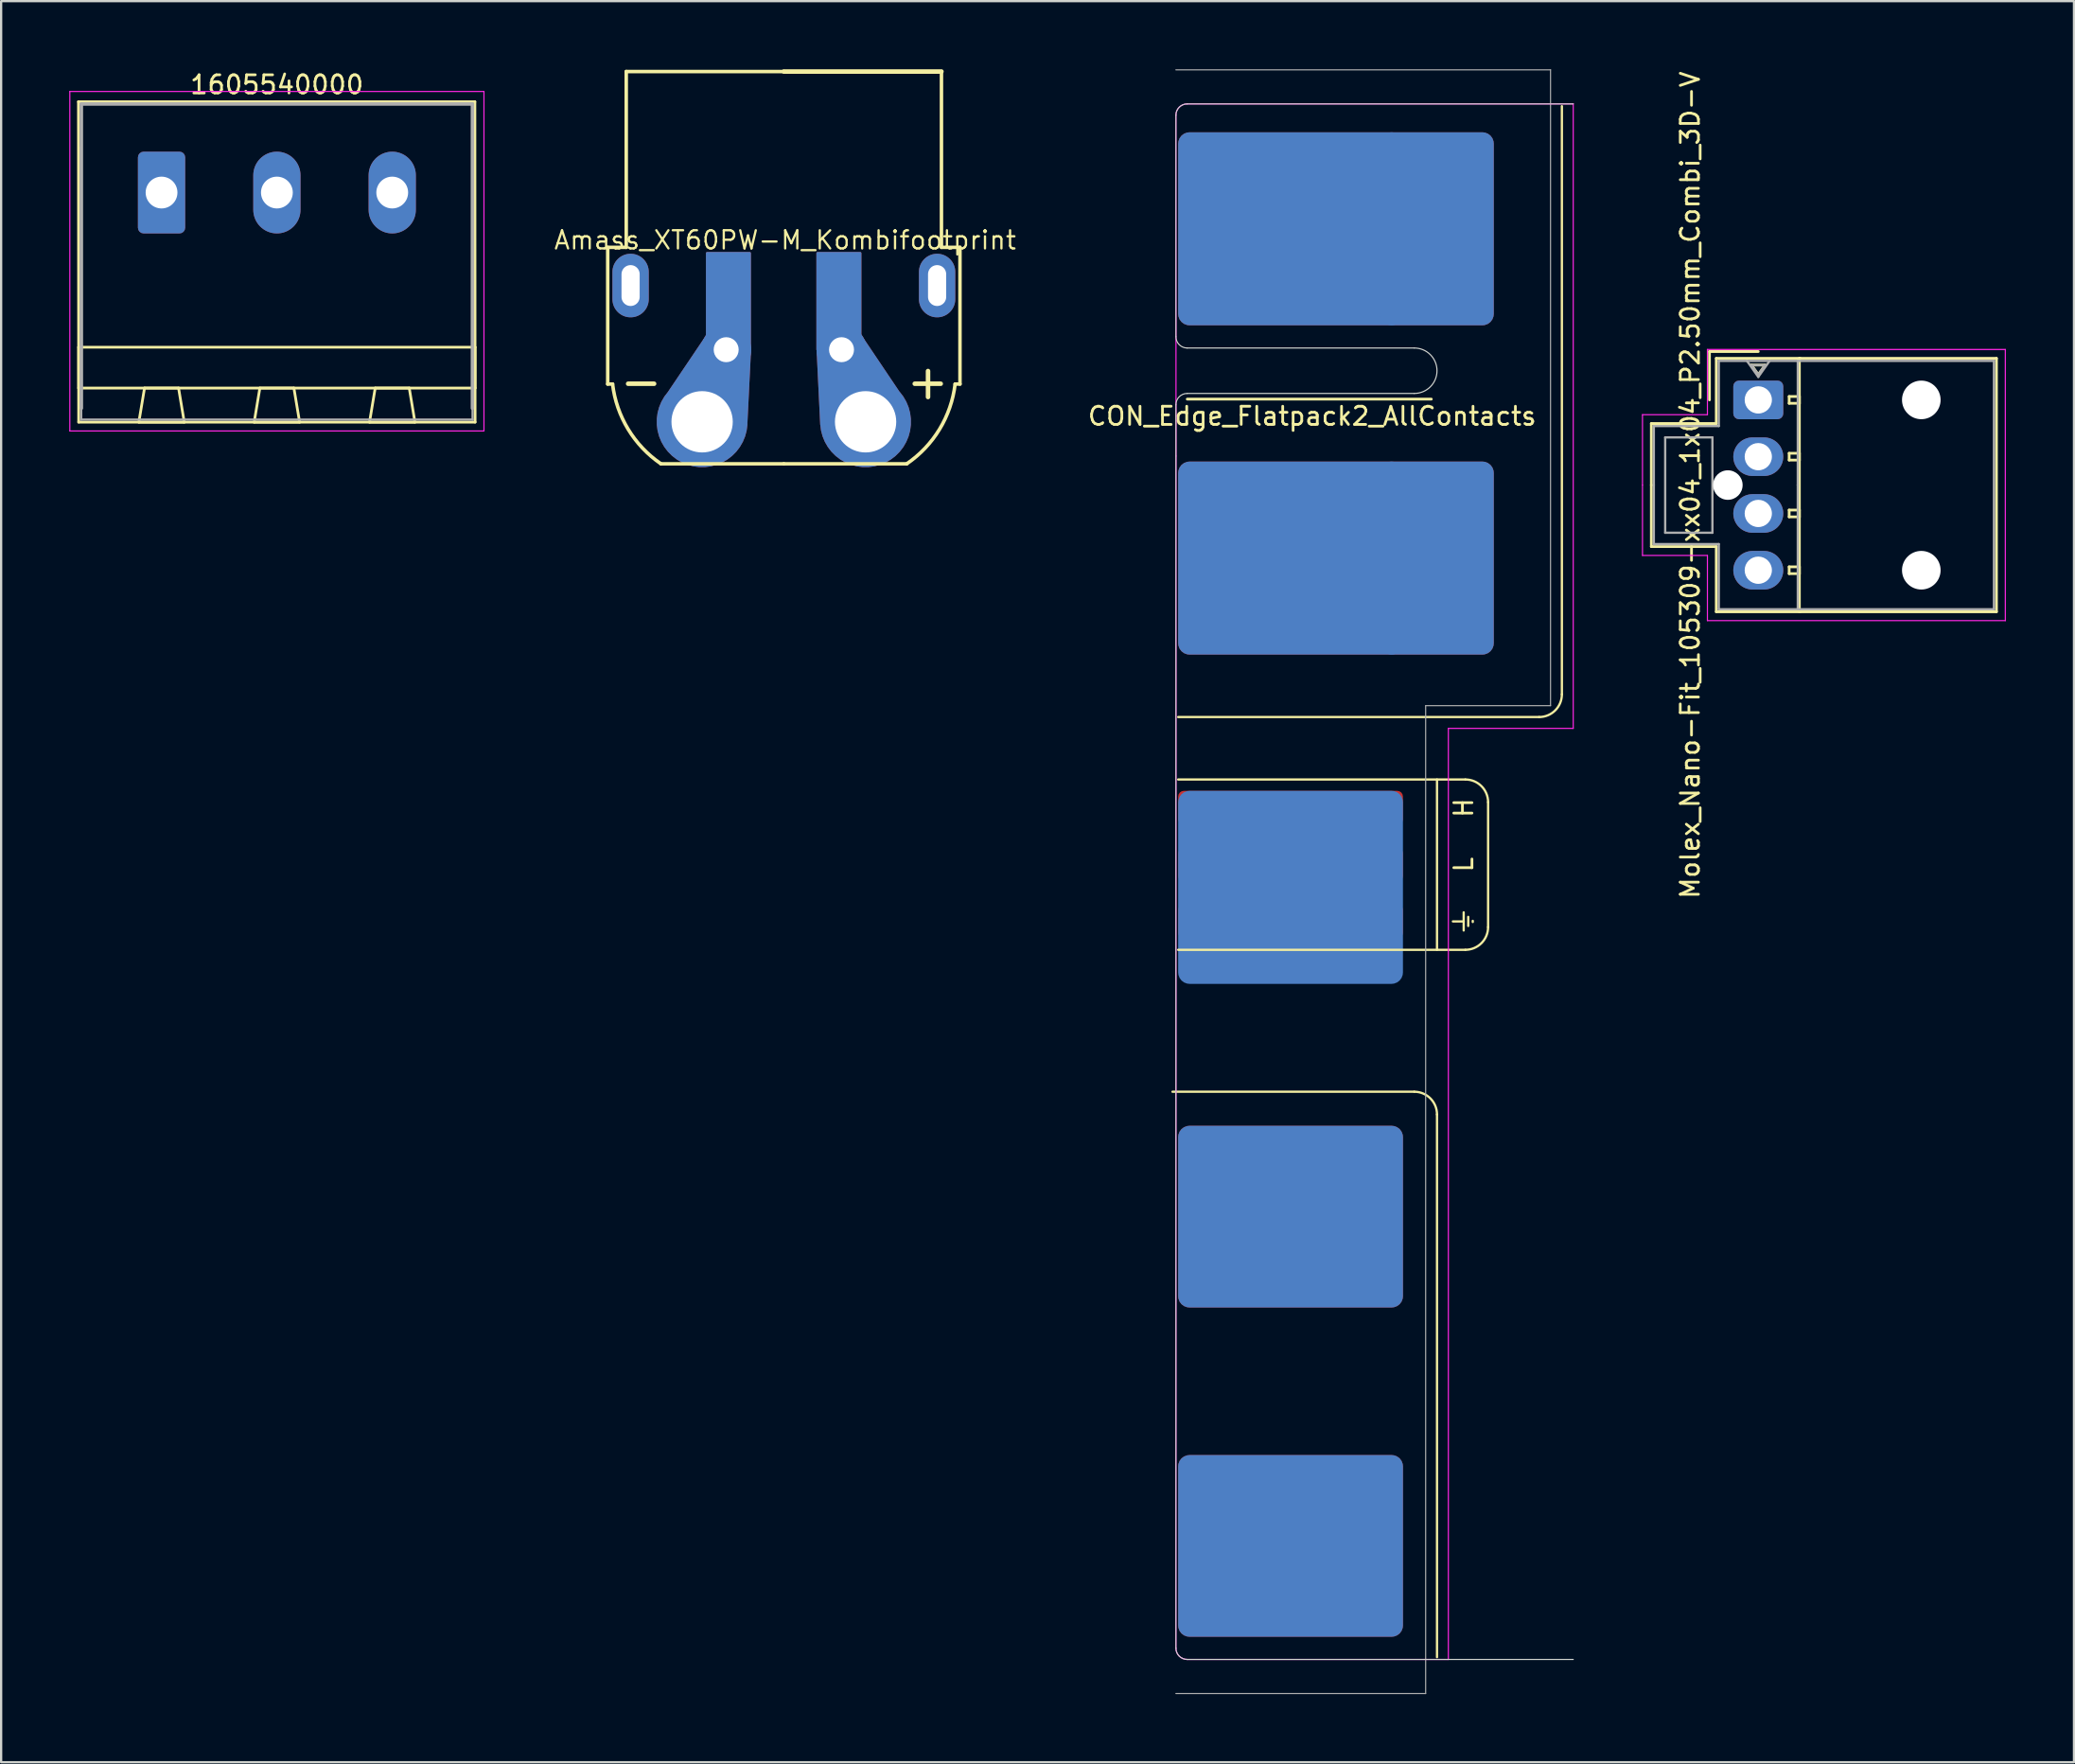
<source format=kicad_pcb>
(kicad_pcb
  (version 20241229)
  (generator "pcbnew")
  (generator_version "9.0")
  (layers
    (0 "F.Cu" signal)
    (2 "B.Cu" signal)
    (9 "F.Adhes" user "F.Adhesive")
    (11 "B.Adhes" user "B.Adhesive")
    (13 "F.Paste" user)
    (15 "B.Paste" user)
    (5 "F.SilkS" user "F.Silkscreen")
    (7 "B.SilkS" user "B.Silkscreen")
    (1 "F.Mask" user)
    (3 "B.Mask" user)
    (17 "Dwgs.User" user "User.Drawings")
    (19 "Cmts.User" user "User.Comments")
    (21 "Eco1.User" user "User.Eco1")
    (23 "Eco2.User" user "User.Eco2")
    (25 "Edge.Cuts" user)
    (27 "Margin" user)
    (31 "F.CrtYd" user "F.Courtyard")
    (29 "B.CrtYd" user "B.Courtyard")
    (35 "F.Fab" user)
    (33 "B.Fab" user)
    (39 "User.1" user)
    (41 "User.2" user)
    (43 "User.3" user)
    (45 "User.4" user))
  (footprint "1605540000"
    (layer "F.Cu")
    (at 4.065 5.429)
    (property "Reference" "1605540000" (at 5.08 -4.75 0) (layer "F.SilkS") (effects (font (size 0.8 0.8) (thickness 0.12))))
    (attr through_hole)
    (fp_line (start -3.66 -4) (end -3.65 10.11) (stroke (width 0.12) (type solid)) (layer "F.SilkS"))
    (fp_line (start -3.65 6.81) (end 13.81 6.81) (stroke (width 0.12) (type solid)) (layer "F.SilkS"))
    (fp_line (start -3.65 8.61) (end -3.65 6.81) (stroke (width 0.12) (type solid)) (layer "F.SilkS"))
    (fp_line (start -3.65 10.11) (end 13.81 10.11) (stroke (width 0.12) (type solid)) (layer "F.SilkS"))
    (fp_line (start -1 10.11) (end 1 10.11) (stroke (width 0.12) (type solid)) (layer "F.SilkS"))
    (fp_line (start -0.75 8.61) (end -1 10.11) (stroke (width 0.12) (type solid)) (layer "F.SilkS"))
    (fp_line (start 0.75 8.61) (end -0.75 8.61) (stroke (width 0.12) (type solid)) (layer "F.SilkS"))
    (fp_line (start 1 10.11) (end 0.75 8.61) (stroke (width 0.12) (type solid)) (layer "F.SilkS"))
    (fp_line (start 4.08 10.11) (end 6.08 10.11) (stroke (width 0.12) (type solid)) (layer "F.SilkS"))
    (fp_line (start 4.33 8.61) (end 4.08 10.11) (stroke (width 0.12) (type solid)) (layer "F.SilkS"))
    (fp_line (start 5.83 8.61) (end 4.33 8.61) (stroke (width 0.12) (type solid)) (layer "F.SilkS"))
    (fp_line (start 6.08 10.11) (end 5.83 8.61) (stroke (width 0.12) (type solid)) (layer "F.SilkS"))
    (fp_line (start 9.16 10.11) (end 11.16 10.11) (stroke (width 0.12) (type solid)) (layer "F.SilkS"))
    (fp_line (start 9.41 8.61) (end 9.16 10.11) (stroke (width 0.12) (type solid)) (layer "F.SilkS"))
    (fp_line (start 10.91 8.61) (end 9.41 8.61) (stroke (width 0.12) (type solid)) (layer "F.SilkS"))
    (fp_line (start 11.16 10.11) (end 10.91 8.61) (stroke (width 0.12) (type solid)) (layer "F.SilkS"))
    (fp_line (start 13.8 -4) (end -3.66 -4) (stroke (width 0.12) (type solid)) (layer "F.SilkS"))
    (fp_line (start 13.81 6.81) (end 13.81 8.61) (stroke (width 0.12) (type solid)) (layer "F.SilkS"))
    (fp_line (start 13.81 8.61) (end -3.65 8.61) (stroke (width 0.12) (type solid)) (layer "F.SilkS"))
    (fp_line (start 13.81 10.11) (end 13.8 -4) (stroke (width 0.12) (type solid)) (layer "F.SilkS"))
    (fp_line (start -4.04 -4.45) (end -4.04 10.5) (stroke (width 0.05) (type solid)) (layer "F.CrtYd"))
    (fp_line (start -4.04 10.5) (end 14.2 10.5) (stroke (width 0.05) (type solid)) (layer "F.CrtYd"))
    (fp_line (start 14.2 -4.45) (end -4.04 -4.45) (stroke (width 0.05) (type solid)) (layer "F.CrtYd"))
    (fp_line (start 14.2 10.5) (end 14.2 -4.45) (stroke (width 0.05) (type solid)) (layer "F.CrtYd"))
    (fp_line (start -3.54 -2) (end -3.54 10) (stroke (width 0.1) (type solid)) (layer "F.Fab"))
    (fp_line (start -3.54 10) (end 13.7 10) (stroke (width 0.1) (type solid)) (layer "F.Fab"))
    (fp_line (start -3.531 -3.9) (end -3.531 9.5) (stroke (width 0.152) (type solid)) (layer "F.Fab"))
    (fp_line (start 13.691 -3.9) (end -3.531 -3.9) (stroke (width 0.152) (type solid)) (layer "F.Fab"))
    (fp_line (start 13.691 9.5) (end 13.691 -3.9) (stroke (width 0.152) (type solid)) (layer "F.Fab"))
    (fp_line (start 13.7 10) (end 13.7 -2) (stroke (width 0.1) (type solid)) (layer "F.Fab"))
    (pad "1" thru_hole roundrect (at 0 0) (size 2.08 3.6) (drill 1.4) (layers "*.Cu" "*.Mask") (roundrect_rratio 0.12))
    (pad "2" thru_hole oval (at 5.08 0) (size 2.08 3.6) (drill 1.4) (layers "*.Cu" "*.Mask"))
    (pad "3" thru_hole oval (at 10.16 0) (size 2.08 3.6) (drill 1.4) (layers "*.Cu" "*.Mask")))
  (footprint "CON_Edge_Flatpack2_AllContacts"
    (layer "F.Cu")
    (at 48.74 1.525)
    (property "Reference" "CON_Edge_Flatpack2_AllContacts" (at 6 13.75 0) (layer "F.SilkS") (effects (font (size 0.8 0.8) (thickness 0.12))))
    (attr through_hole)
    (fp_line (start -0.15 43.5) (end 10.5 43.5) (stroke (width 0.1) (type solid)) (layer "F.SilkS"))
    (fp_line (start 0.1 29.75) (end 12.75 29.75) (stroke (width 0.1) (type solid)) (layer "F.SilkS"))
    (fp_line (start 0.1 37.25) (end 12.75 37.25) (stroke (width 0.1) (type solid)) (layer "F.SilkS"))
    (fp_line (start 11.25 13) (end 0.5 13) (stroke (width 0.12) (type solid)) (layer "F.SilkS"))
    (fp_line (start 11.5 37.25) (end 11.5 29.75) (stroke (width 0.1) (type solid)) (layer "F.SilkS"))
    (fp_line (start 11.5 68.4) (end 11.5 44.5) (stroke (width 0.1) (type solid)) (layer "F.SilkS"))
    (fp_line (start 12.2 36) (end 12.675 36) (stroke (width 0.1) (type solid)) (layer "F.SilkS"))
    (fp_line (start 12.675 36.4) (end 12.675 35.6) (stroke (width 0.1) (type solid)) (layer "F.SilkS"))
    (fp_line (start 12.875 36.2) (end 12.875 35.8) (stroke (width 0.1) (type solid)) (layer "F.SilkS"))
    (fp_line (start 13.075 36.025) (end 13.075 35.975) (stroke (width 0.1) (type solid)) (layer "F.SilkS"))
    (fp_line (start 13.75 30.75) (end 13.75 36.25) (stroke (width 0.1) (type solid)) (layer "F.SilkS"))
    (fp_line (start 16 27) (end 0.1 27) (stroke (width 0.1) (type solid)) (layer "F.SilkS"))
    (fp_line (start 17 26) (end 17 0.1) (stroke (width 0.1) (type solid)) (layer "F.SilkS"))
    (fp_arc (start 10.5 43.5) (mid 11.207107 43.792893) (end 11.5 44.5) (stroke (width 0.1) (type solid)) (layer "F.SilkS"))
    (fp_arc (start 12.75 29.75) (mid 13.457107 30.042893) (end 13.75 30.75) (stroke (width 0.1) (type solid)) (layer "F.SilkS"))
    (fp_arc (start 13.75 36.25) (mid 13.457107 36.957107) (end 12.75 37.25) (stroke (width 0.1) (type solid)) (layer "F.SilkS"))
    (fp_arc (start 17 26) (mid 16.707107 26.707107) (end 16 27) (stroke (width 0.1) (type solid)) (layer "F.SilkS"))
    (fp_line (start 0 10.25) (end 0 0.5) (stroke (width 0.05) (type solid)) (layer "Edge.Cuts"))
    (fp_line (start 0 13.25) (end 0 68) (stroke (width 0.05) (type solid)) (layer "Edge.Cuts"))
    (fp_line (start 0.5 0) (end 17.5 0) (stroke (width 0.05) (type solid)) (layer "Edge.Cuts"))
    (fp_line (start 0.5 12.75) (end 10.5 12.75) (stroke (width 0.05) (type solid)) (layer "Edge.Cuts"))
    (fp_line (start 0.5 68.5) (end 17.5 68.5) (stroke (width 0.05) (type solid)) (layer "Edge.Cuts"))
    (fp_line (start 10.5 10.75) (end 0.5 10.75) (stroke (width 0.05) (type solid)) (layer "Edge.Cuts"))
    (fp_arc (start 0 0.5) (mid 0.146447 0.146447) (end 0.5 0) (stroke (width 0.05) (type solid)) (layer "Edge.Cuts"))
    (fp_arc (start 0 13.25) (mid 0.146447 12.896447) (end 0.5 12.75) (stroke (width 0.05) (type solid)) (layer "Edge.Cuts"))
    (fp_arc (start 0.5 10.75) (mid 0.146447 10.603553) (end 0 10.25) (stroke (width 0.05) (type solid)) (layer "Edge.Cuts"))
    (fp_arc (start 0.5 68.5) (mid 0.146447 68.353553) (end 0 68) (stroke (width 0.05) (type solid)) (layer "Edge.Cuts"))
    (fp_arc (start 10.5 10.75) (mid 11.5 11.75) (end 10.5 12.75) (stroke (width 0.05) (type solid)) (layer "Edge.Cuts"))
    (fp_line (start 0.005 15.508) (end 0 0.5) (stroke (width 0.05) (type solid)) (layer "F.CrtYd"))
    (fp_line (start 0.005 15.508) (end 0 68) (stroke (width 0.05) (type solid)) (layer "F.CrtYd"))
    (fp_line (start 0.5 0) (end 17.5 0) (stroke (width 0.05) (type solid)) (layer "F.CrtYd"))
    (fp_line (start 0.5 68.5) (end 12 68.5) (stroke (width 0.05) (type solid)) (layer "F.CrtYd"))
    (fp_line (start 12 68.5) (end 12 27.5) (stroke (width 0.05) (type solid)) (layer "F.CrtYd"))
    (fp_line (start 17.5 0) (end 17.5 27.5) (stroke (width 0.05) (type solid)) (layer "F.CrtYd"))
    (fp_line (start 17.5 27.5) (end 12 27.5) (stroke (width 0.05) (type solid)) (layer "F.CrtYd"))
    (fp_arc (start 0 0.5) (mid 0.146447 0.146447) (end 0.5 0) (stroke (width 0.05) (type solid)) (layer "F.CrtYd"))
    (fp_arc (start 0.5 68.5) (mid 0.146447 68.353553) (end 0 68) (stroke (width 0.05) (type solid)) (layer "F.CrtYd"))
    (fp_line (start 0 70) (end 11 70) (stroke (width 0.05) (type solid)) (layer "F.Fab"))
    (fp_line (start 11 26.5) (end 11 70) (stroke (width 0.05) (type solid)) (layer "F.Fab"))
    (fp_line (start 11 26.5) (end 16.5 26.5) (stroke (width 0.05) (type solid)) (layer "F.Fab"))
    (fp_line (start 16.5 -1.5) (end 0 -1.5) (stroke (width 0.05) (type solid)) (layer "F.Fab"))
    (fp_line (start 16.5 -1.5) (end 16.5 26.5) (stroke (width 0.05) (type solid)) (layer "F.Fab"))
    (fp_text user "H" (at 12.675 31 90) (unlocked yes) (layer "F.SilkS") (effects (font (size 0.8 0.8) (thickness 0.12))))
    (fp_text user "L" (at 12.675 33.5 90) (unlocked yes) (layer "F.SilkS") (effects (font (size 0.8 0.8) (thickness 0.12))))
    (pad "AC-E" smd roundrect (at 5.05 34.5) (size 9.9 8.5) (layers "B.Cu" "B.Mask") (roundrect_rratio 0.059))
    (pad "AC-L" smd roundrect (at 5.05 63.5) (size 9.9 8) (layers "F.Cu" "F.Mask") (roundrect_rratio 0.062))
    (pad "AC-L" smd roundrect (at 5.05 63.5) (size 9.9 8) (layers "B.Cu" "B.Mask") (roundrect_rratio 0.062))
    (pad "AC-N" smd roundrect (at 5.05 49) (size 9.9 8) (layers "F.Cu" "F.Mask") (roundrect_rratio 0.062))
    (pad "AC-N" smd roundrect (at 5.05 49) (size 9.9 8) (layers "B.Cu" "B.Mask") (roundrect_rratio 0.062))
    (pad "CAN-H" smd roundrect (at 5.05 31) (size 9.9 1.5) (layers "F.Cu" "F.Mask") (roundrect_rratio 0.167))
    (pad "CAN-L" smd roundrect (at 5.05 33.5) (size 9.9 1.5) (layers "F.Cu" "F.Mask") (roundrect_rratio 0.167))
    (pad "DC-NEG" smd roundrect (at 5.05 5.5) (size 9.9 8.5) (layers "B.Cu" "B.Mask") (roundrect_rratio 0.059))
    (pad "DC-NEG" smd roundrect (at 7.05 5.5) (size 13.9 8.5) (layers "F.Cu" "F.Mask") (roundrect_rratio 0.059))
    (pad "DC-NEG" smd roundrect (at 11.5 5.5) (size 5 8.5) (layers "B.Cu") (roundrect_rratio 0.1))
    (pad "DC-POS" smd roundrect (at 5.05 20) (size 9.9 8.5) (layers "B.Cu" "B.Mask") (roundrect_rratio 0.059))
    (pad "DC-POS" smd roundrect (at 7.05 20) (size 13.9 8.5) (layers "F.Cu" "F.Mask") (roundrect_rratio 0.059))
    (pad "DC-POS" smd roundrect (at 11.5 20) (size 5 8.5) (layers "B.Cu") (roundrect_rratio 0.1))
    (pad "GNDD" smd roundrect (at 5.05 36) (size 9.9 1.5) (layers "F.Cu" "F.Mask") (roundrect_rratio 0.167)))
  (footprint "Molex_Nano-Fit_105309-xx04_1x04_P2.50mm_Combi_3D-V"
    (layer "F.Cu")
    (at 74.39 14.56)
    (property "Reference" "Molex_Nano-Fit_105309-xx04_1x04_P2.50mm_Combi_3D-V" (at -3 3.75 90) (layer "F.SilkS") (effects (font (size 0.8 0.8) (thickness 0.12))))
    (attr through_hole)
    (fp_line (start -4.71 1.04) (end -4.71 3.75) (stroke (width 0.12) (type solid)) (layer "F.SilkS"))
    (fp_line (start -4.71 6.46) (end -4.71 3.75) (stroke (width 0.12) (type solid)) (layer "F.SilkS"))
    (fp_line (start -2.15 -2.13) (end -2.15 0) (stroke (width 0.12) (type solid)) (layer "F.SilkS"))
    (fp_line (start -1.85 -1.83) (end -1.85 1.04) (stroke (width 0.12) (type solid)) (layer "F.SilkS"))
    (fp_line (start -1.85 1.04) (end -4.71 1.04) (stroke (width 0.12) (type solid)) (layer "F.SilkS"))
    (fp_line (start -1.85 6.46) (end -4.71 6.46) (stroke (width 0.12) (type solid)) (layer "F.SilkS"))
    (fp_line (start -1.85 9.33) (end -1.85 6.46) (stroke (width 0.12) (type solid)) (layer "F.SilkS"))
    (fp_line (start -0.3 -1.534) (end 0 -1.11) (stroke (width 0.12) (type solid)) (layer "F.SilkS"))
    (fp_line (start 0 -2.13) (end -2.15 -2.13) (stroke (width 0.12) (type solid)) (layer "F.SilkS"))
    (fp_line (start 0 -1.11) (end 0.3 -1.534) (stroke (width 0.12) (type solid)) (layer "F.SilkS"))
    (fp_line (start 0.3 -1.534) (end -0.3 -1.534) (stroke (width 0.12) (type solid)) (layer "F.SilkS"))
    (fp_line (start 1.36 -0.15) (end 1.36 0.15) (stroke (width 0.12) (type solid)) (layer "F.SilkS"))
    (fp_line (start 1.36 0.15) (end 1.81 0.15) (stroke (width 0.12) (type solid)) (layer "F.SilkS"))
    (fp_line (start 1.36 2.35) (end 1.36 2.65) (stroke (width 0.12) (type solid)) (layer "F.SilkS"))
    (fp_line (start 1.36 2.65) (end 1.81 2.65) (stroke (width 0.12) (type solid)) (layer "F.SilkS"))
    (fp_line (start 1.36 4.85) (end 1.36 5.15) (stroke (width 0.12) (type solid)) (layer "F.SilkS"))
    (fp_line (start 1.36 5.15) (end 1.81 5.15) (stroke (width 0.12) (type solid)) (layer "F.SilkS"))
    (fp_line (start 1.36 7.35) (end 1.36 7.65) (stroke (width 0.12) (type solid)) (layer "F.SilkS"))
    (fp_line (start 1.36 7.65) (end 1.81 7.65) (stroke (width 0.12) (type solid)) (layer "F.SilkS"))
    (fp_line (start 1.81 -1.83) (end 1.81 9.33) (stroke (width 0.12) (type solid)) (layer "F.SilkS"))
    (fp_line (start 1.81 -0.15) (end 1.36 -0.15) (stroke (width 0.12) (type solid)) (layer "F.SilkS"))
    (fp_line (start 1.81 0.15) (end 1.81 -0.15) (stroke (width 0.12) (type solid)) (layer "F.SilkS"))
    (fp_line (start 1.81 2.35) (end 1.36 2.35) (stroke (width 0.12) (type solid)) (layer "F.SilkS"))
    (fp_line (start 1.81 2.65) (end 1.81 2.35) (stroke (width 0.12) (type solid)) (layer "F.SilkS"))
    (fp_line (start 1.81 4.85) (end 1.36 4.85) (stroke (width 0.12) (type solid)) (layer "F.SilkS"))
    (fp_line (start 1.81 5.15) (end 1.81 4.85) (stroke (width 0.12) (type solid)) (layer "F.SilkS"))
    (fp_line (start 1.81 7.35) (end 1.36 7.35) (stroke (width 0.12) (type solid)) (layer "F.SilkS"))
    (fp_line (start 1.81 7.65) (end 1.81 7.35) (stroke (width 0.12) (type solid)) (layer "F.SilkS"))
    (fp_line (start 1.81 9.33) (end 10.49 9.33) (stroke (width 0.12) (type solid)) (layer "F.SilkS"))
    (fp_line (start 1.85 -1.83) (end -1.85 -1.83) (stroke (width 0.12) (type solid)) (layer "F.SilkS"))
    (fp_line (start 1.85 9.33) (end -1.85 9.33) (stroke (width 0.12) (type solid)) (layer "F.SilkS"))
    (fp_line (start 10.49 -1.83) (end 1.81 -1.83) (stroke (width 0.12) (type solid)) (layer "F.SilkS"))
    (fp_line (start 10.49 9.33) (end 10.49 -1.83) (stroke (width 0.12) (type solid)) (layer "F.SilkS"))
    (fp_line (start -5.1 0.65) (end -5.1 3.75) (stroke (width 0.05) (type solid)) (layer "F.CrtYd"))
    (fp_line (start -5.1 6.85) (end -5.1 3.75) (stroke (width 0.05) (type solid)) (layer "F.CrtYd"))
    (fp_line (start -2.24 -2.22) (end -2.24 0.65) (stroke (width 0.05) (type solid)) (layer "F.CrtYd"))
    (fp_line (start -2.24 0.65) (end -5.1 0.65) (stroke (width 0.05) (type solid)) (layer "F.CrtYd"))
    (fp_line (start -2.24 6.85) (end -5.1 6.85) (stroke (width 0.05) (type solid)) (layer "F.CrtYd"))
    (fp_line (start -2.24 9.72) (end -2.24 6.85) (stroke (width 0.05) (type solid)) (layer "F.CrtYd"))
    (fp_line (start -2.24 9.72) (end 10.88 9.72) (stroke (width 0.05) (type solid)) (layer "F.CrtYd"))
    (fp_line (start 10.88 -2.22) (end -2.24 -2.22) (stroke (width 0.05) (type solid)) (layer "F.CrtYd"))
    (fp_line (start 10.88 9.72) (end 10.88 -2.22) (stroke (width 0.05) (type solid)) (layer "F.CrtYd"))
    (fp_line (start -4.6 1.15) (end -4.6 3.75) (stroke (width 0.1) (type solid)) (layer "F.Fab"))
    (fp_line (start -4.6 6.35) (end -4.6 3.75) (stroke (width 0.1) (type solid)) (layer "F.Fab"))
    (fp_line (start -4.1 1.65) (end -4.1 5.85) (stroke (width 0.1) (type solid)) (layer "F.Fab"))
    (fp_line (start -4.1 5.85) (end -2.02 5.85) (stroke (width 0.1) (type solid)) (layer "F.Fab"))
    (fp_line (start -2.02 1.65) (end -4.1 1.65) (stroke (width 0.1) (type solid)) (layer "F.Fab"))
    (fp_line (start -2.02 5.85) (end -2.02 1.65) (stroke (width 0.1) (type solid)) (layer "F.Fab"))
    (fp_line (start -1.74 -1.72) (end -1.74 1.15) (stroke (width 0.1) (type solid)) (layer "F.Fab"))
    (fp_line (start -1.74 1.15) (end -4.6 1.15) (stroke (width 0.1) (type solid)) (layer "F.Fab"))
    (fp_line (start -1.74 6.35) (end -4.6 6.35) (stroke (width 0.1) (type solid)) (layer "F.Fab"))
    (fp_line (start -1.74 9.22) (end -1.74 6.35) (stroke (width 0.1) (type solid)) (layer "F.Fab"))
    (fp_line (start -0.5 -1.72) (end 0 -1.013) (stroke (width 0.1) (type solid)) (layer "F.Fab"))
    (fp_line (start -0.3 -1.534) (end 0 -1.11) (stroke (width 0.1) (type solid)) (layer "F.Fab"))
    (fp_line (start 0 -1.11) (end 0.3 -1.534) (stroke (width 0.1) (type solid)) (layer "F.Fab"))
    (fp_line (start 0 -1.013) (end 0.5 -1.72) (stroke (width 0.1) (type solid)) (layer "F.Fab"))
    (fp_line (start 0.3 -1.534) (end -0.3 -1.534) (stroke (width 0.1) (type solid)) (layer "F.Fab"))
    (fp_line (start 1.74 -1.72) (end -1.74 -1.72) (stroke (width 0.1) (type solid)) (layer "F.Fab"))
    (fp_line (start 1.74 3.75) (end 1.74 -1.72) (stroke (width 0.1) (type solid)) (layer "F.Fab"))
    (fp_line (start 1.74 3.75) (end 1.74 9.22) (stroke (width 0.1) (type solid)) (layer "F.Fab"))
    (fp_line (start 1.74 9.22) (end -1.74 9.22) (stroke (width 0.1) (type solid)) (layer "F.Fab"))
    (fp_line (start 1.74 9.22) (end 10.38 9.22) (stroke (width 0.1) (type solid)) (layer "F.Fab"))
    (fp_line (start 10.38 -1.72) (end 1.74 -1.72) (stroke (width 0.1) (type solid)) (layer "F.Fab"))
    (fp_line (start 10.38 9.22) (end 10.38 -1.72) (stroke (width 0.1) (type solid)) (layer "F.Fab"))
    (pad "" np_thru_hole circle (at -1.34 3.75) (size 1.3 1.3) (drill 1.3) (layers "*.Cu" "*.Mask"))
    (pad "" np_thru_hole circle (at 7.18 0) (size 1.7 1.7) (drill 1.7) (layers "*.Cu" "*.Mask"))
    (pad "" np_thru_hole circle (at 7.18 7.5) (size 1.7 1.7) (drill 1.7) (layers "*.Cu" "*.Mask"))
    (pad "1" thru_hole roundrect (at 0 0) (size 2.2 1.7) (drill 1.2) (layers "*.Cu" "*.Mask") (roundrect_rratio 0.147))
    (pad "2" thru_hole oval (at 0 2.5) (size 2.2 1.7) (drill 1.2) (layers "*.Cu" "*.Mask"))
    (pad "3" thru_hole oval (at 0 5) (size 2.2 1.7) (drill 1.2) (layers "*.Cu" "*.Mask"))
    (pad "4" thru_hole oval (at 0 7.5) (size 2.2 1.7) (drill 1.2) (layers "*.Cu" "*.Mask")))
  (footprint "Amass_XT60PW-M_Kombifootprint"
    (layer "F.Cu")
    (at 31.473 15.524)
    (property "Reference" "Amass_XT60PW-M_Kombifootprint" (at 0.059 -8 0) (layer "F.SilkS") (effects (font (size 0.8 0.8) (thickness 0.1))))
    (attr through_hole)
    (fp_line (start -7.757 -7.682) (end -7.757 -1.662) (stroke (width 0.154) (type solid)) (layer "F.SilkS"))
    (fp_line (start -7.757 -1.662) (end -7.543 -1.662) (stroke (width 0.154) (type solid)) (layer "F.SilkS"))
    (fp_line (start -6.941 -15.424) (end -6.941 -7.682) (stroke (width 0.154) (type solid)) (layer "F.SilkS"))
    (fp_line (start -6.941 -15.424) (end 0 -15.424) (stroke (width 0.154) (type solid)) (layer "F.SilkS"))
    (fp_line (start -6.941 -7.682) (end -7.757 -7.682) (stroke (width 0.154) (type solid)) (layer "F.SilkS"))
    (fp_line (start -6.858 -1.676) (end -5.715 -1.676) (stroke (width 0.2) (type solid)) (layer "F.SilkS"))
    (fp_line (start -5.413 1.85) (end 0 1.85) (stroke (width 0.154) (type solid)) (layer "F.SilkS"))
    (fp_line (start 5.413 1.85) (end 0 1.85) (stroke (width 0.154) (type solid)) (layer "F.SilkS"))
    (fp_line (start 5.766 -1.676) (end 6.909 -1.676) (stroke (width 0.2) (type solid)) (layer "F.SilkS"))
    (fp_line (start 6.35 -1.092) (end 6.35 -2.235) (stroke (width 0.2) (type solid)) (layer "F.SilkS"))
    (fp_line (start 6.941 -15.424) (end 0 -15.424) (stroke (width 0.2) (type solid)) (layer "F.SilkS"))
    (fp_line (start 6.941 -15.424) (end 6.941 -7.682) (stroke (width 0.154) (type solid)) (layer "F.SilkS"))
    (fp_line (start 6.941 -7.682) (end 7.757 -7.682) (stroke (width 0.154) (type solid)) (layer "F.SilkS"))
    (fp_line (start 7.757 -7.682) (end 7.757 -1.662) (stroke (width 0.154) (type solid)) (layer "F.SilkS"))
    (fp_line (start 7.757 -1.662) (end 7.543 -1.662) (stroke (width 0.154) (type solid)) (layer "F.SilkS"))
    (fp_arc (start -5.415245 1.848504) (mid -6.85955 0.323818) (end -7.543269 -1.661935) (stroke (width 0.154) (type solid)) (layer "F.SilkS"))
    (fp_arc (start 7.542956 -1.659301) (mid 6.858176 0.326087) (end 5.413054 1.85) (stroke (width 0.154) (type solid)) (layer "F.SilkS"))
    (pad "1" thru_hole custom (at -3.6 0) (size 4 4) (drill 2.7) (layers "*.Cu" "*.Mask") (options (anchor circle)) (primitives (gr_poly (pts (xy -1.861 0) (xy 1.949 0) (xy 2.104 -3.147) (xy 1.695 -3.937) (xy 1.441 -4.064) (xy 0.107 -3.619) (xy -1.734 -0.889)) (width 0.1) (fill yes)) (gr_poly (pts (xy 0.218 -3.175) (xy 0.218 -7.429) (xy 2.1 -7.429) (xy 2.1 -3.175)) (width 0.1) (fill yes))))
    (pad "1" thru_hole circle (at -2.54 -3.175) (size 2.2 2.2) (drill 1.1) (layers "*.Cu" "*.Mask"))
    (pad "2" thru_hole circle (at 2.54 -3.175) (size 2.2 2.2) (drill 1.1) (layers "*.Cu" "*.Mask"))
    (pad "2" thru_hole custom (at 3.6 0) (size 4 4) (drill 2.7) (layers "*.Cu" "*.Mask") (options (anchor circle)) (primitives (gr_poly (pts (xy -1.949 0.127) (xy -2.109 -3.188) (xy -1.504 -4.064) (xy -0.552 -4.064) (xy -0.199 -3.752) (xy 1.447 -1.306)) (width 0.1) (fill yes)) (gr_poly (pts (xy -2.117 -3.175) (xy -2.117 -7.429) (xy -0.234 -7.429) (xy -0.234 -3.175)) (width 0.1) (fill yes))))
    (pad "MP" thru_hole oval (at -6.75 -6) (size 1.6 2.8) (drill oval 0.8 1.8) (layers "*.Cu" "*.Mask"))
    (pad "MP" thru_hole oval (at 6.75 -6) (size 1.6 2.8) (drill oval 0.8 1.8) (layers "*.Cu" "*.Mask")))
  (gr_rect
    (start -3 -3)
    (end 88.295 74.55)
    (stroke (width 0.1) (type default))
    (fill no)
    (layer "Edge.Cuts")))
</source>
